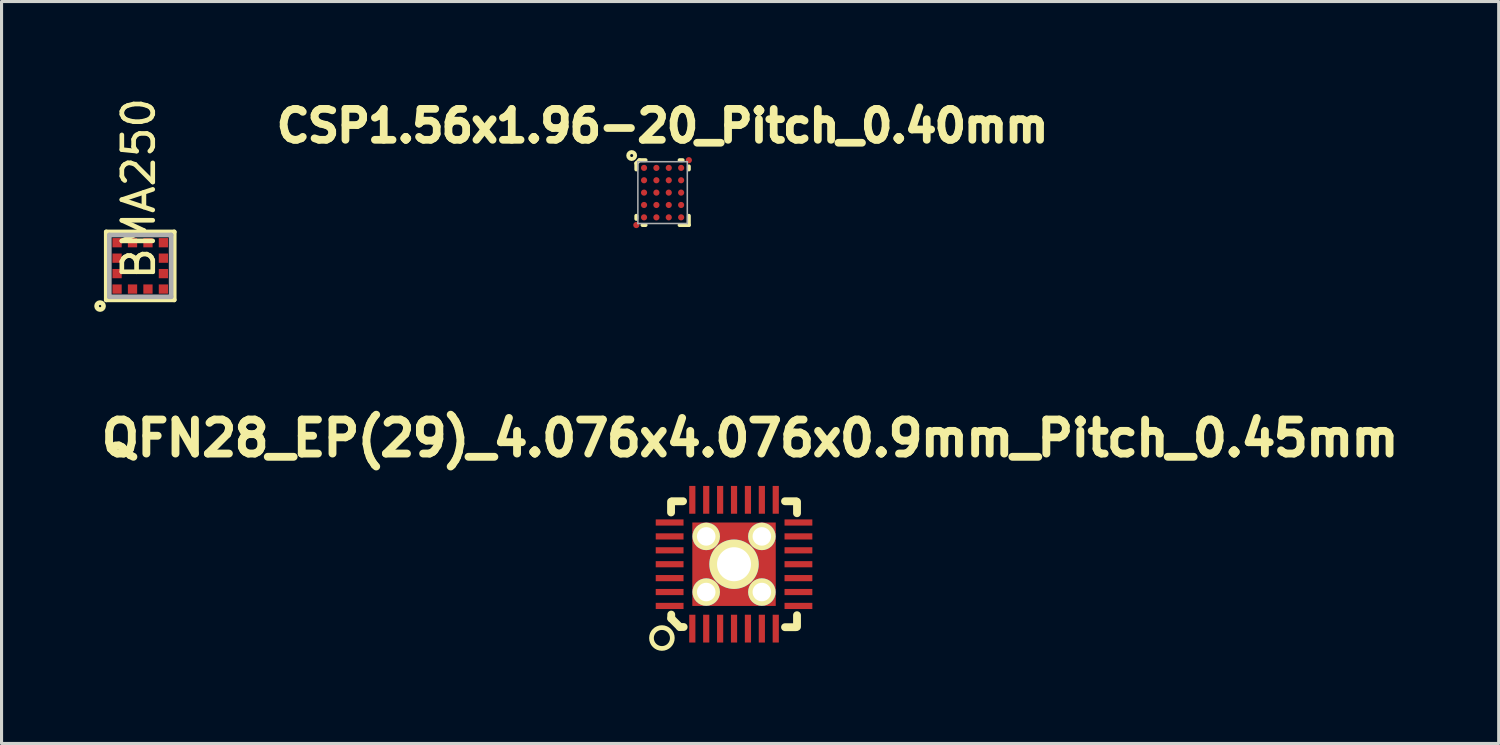
<source format=kicad_pcb>
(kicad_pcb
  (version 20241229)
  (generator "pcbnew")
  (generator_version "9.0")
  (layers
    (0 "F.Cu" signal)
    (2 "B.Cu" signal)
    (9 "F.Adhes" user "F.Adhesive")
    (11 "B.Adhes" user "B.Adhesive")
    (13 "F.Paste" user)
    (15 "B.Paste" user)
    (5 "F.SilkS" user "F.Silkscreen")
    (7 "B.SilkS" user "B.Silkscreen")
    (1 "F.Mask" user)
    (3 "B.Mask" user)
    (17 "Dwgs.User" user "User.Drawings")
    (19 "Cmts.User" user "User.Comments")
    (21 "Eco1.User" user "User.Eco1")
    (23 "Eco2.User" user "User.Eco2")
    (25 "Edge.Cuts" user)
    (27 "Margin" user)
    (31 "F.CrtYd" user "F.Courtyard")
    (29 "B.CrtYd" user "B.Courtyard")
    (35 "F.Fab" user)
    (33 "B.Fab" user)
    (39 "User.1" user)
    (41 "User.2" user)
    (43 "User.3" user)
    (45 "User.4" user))
  (footprint "CSP1.56x1.96-20_Pitch_0.40mm"
    (layer "F.Cu")
    (at 18.391 3.183)
    (property "Reference" "CSP1.56x1.96-20_Pitch_0.40mm" (at 0 -2.159 0) (layer "F.SilkS") (effects (font (size 1 1) (thickness 0.25))))
    (attr through_hole)
    (fp_line (start -0.85 -0.75) (end -0.85 -0.95) (stroke (width 0.127) (type solid)) (layer "F.SilkS"))
    (fp_line (start -0.85 0.75) (end -0.85 0.85) (stroke (width 0.127) (type solid)) (layer "F.SilkS"))
    (fp_line (start -0.75 -1.05) (end -0.85 -0.95) (stroke (width 0.127) (type solid)) (layer "F.SilkS"))
    (fp_line (start -0.75 -1.05) (end -0.55 -1.05) (stroke (width 0.127) (type solid)) (layer "F.SilkS"))
    (fp_line (start -0.55 1.05) (end -0.65 1.05) (stroke (width 0.127) (type solid)) (layer "F.SilkS"))
    (fp_line (start 0.55 -1.05) (end 0.65 -1.05) (stroke (width 0.127) (type solid)) (layer "F.SilkS"))
    (fp_line (start 0.55 1.05) (end 0.85 1.05) (stroke (width 0.127) (type solid)) (layer "F.SilkS"))
    (fp_line (start 0.85 -0.75) (end 0.85 -0.85) (stroke (width 0.127) (type solid)) (layer "F.SilkS"))
    (fp_line (start 0.85 1.05) (end 0.85 0.75) (stroke (width 0.127) (type solid)) (layer "F.SilkS"))
    (fp_circle (center -1 -1.2) (end -1.1 -1.15) (stroke (width 0.127) (type solid)) (fill no) (layer "F.SilkS"))
    (fp_line (start -0.8 -1) (end 0.8 -1) (stroke (width 0.05) (type solid)) (layer "F.Fab"))
    (fp_line (start -0.8 1) (end -0.8 -1) (stroke (width 0.05) (type solid)) (layer "F.Fab"))
    (fp_line (start 0.8 -1) (end 0.8 1) (stroke (width 0.05) (type solid)) (layer "F.Fab"))
    (fp_line (start 0.8 1) (end -0.8 1) (stroke (width 0.05) (type solid)) (layer "F.Fab"))
    (pad "A1" smd circle (at -0.6 -0.8) (size 0.2 0.2) (layers "F.Cu" "F.Mask" "F.Paste"))
    (pad "A2" smd circle (at -0.2 -0.8) (size 0.2 0.2) (layers "F.Cu" "F.Mask" "F.Paste"))
    (pad "A3" smd circle (at 0.2 -0.8) (size 0.2 0.2) (layers "F.Cu" "F.Mask" "F.Paste"))
    (pad "A4" smd circle (at 0.6 -0.8) (size 0.2 0.2) (layers "F.Cu" "F.Mask" "F.Paste"))
    (pad "B1" smd circle (at -0.6 -0.4) (size 0.2 0.2) (layers "F.Cu" "F.Mask" "F.Paste"))
    (pad "B2" smd circle (at -0.2 -0.4) (size 0.2 0.2) (layers "F.Cu" "F.Mask" "F.Paste"))
    (pad "B3" smd circle (at 0.2 -0.4) (size 0.2 0.2) (layers "F.Cu" "F.Mask" "F.Paste"))
    (pad "B4" smd circle (at 0.6 -0.4) (size 0.2 0.2) (layers "F.Cu" "F.Mask" "F.Paste"))
    (pad "C1" smd circle (at -0.6 0) (size 0.2 0.2) (layers "F.Cu" "F.Mask" "F.Paste"))
    (pad "C2" smd circle (at -0.2 0) (size 0.2 0.2) (layers "F.Cu" "F.Mask" "F.Paste"))
    (pad "C3" smd circle (at 0.2 0) (size 0.2 0.2) (layers "F.Cu" "F.Mask" "F.Paste"))
    (pad "C4" smd circle (at 0.6 0) (size 0.2 0.2) (layers "F.Cu" "F.Mask" "F.Paste"))
    (pad "D1" smd circle (at -0.6 0.4) (size 0.2 0.2) (layers "F.Cu" "F.Mask" "F.Paste"))
    (pad "D2" smd circle (at -0.2 0.4) (size 0.2 0.2) (layers "F.Cu" "F.Mask" "F.Paste"))
    (pad "D3" smd circle (at 0.2 0.4) (size 0.2 0.2) (layers "F.Cu" "F.Mask" "F.Paste"))
    (pad "D4" smd circle (at 0.6 0.4) (size 0.2 0.2) (layers "F.Cu" "F.Mask" "F.Paste"))
    (pad "E1" smd circle (at -0.6 0.8) (size 0.2 0.2) (layers "F.Cu" "F.Mask" "F.Paste"))
    (pad "E2" smd circle (at -0.2 0.8) (size 0.2 0.2) (layers "F.Cu" "F.Mask" "F.Paste"))
    (pad "E3" smd circle (at 0.2 0.8) (size 0.2 0.2) (layers "F.Cu" "F.Mask" "F.Paste"))
    (pad "E4" smd circle (at 0.6 0.8) (size 0.2 0.2) (layers "F.Cu" "F.Mask" "F.Paste"))
    (pad "Fid1" smd circle (at 0.85 -1.05) (size 0.2 0.2) (layers "F.Cu" "F.Mask"))
    (pad "Fid2" smd circle (at -0.85 1.05) (size 0.2 0.2) (layers "F.Cu" "F.Mask")))
  (footprint "QFN28_EP(29)_4.076x4.076x0.9mm_Pitch_0.45mm"
    (layer "F.Cu")
    (at 20.703 15.208)
    (property "Reference" "QFN28_EP(29)_4.076x4.076x0.9mm_Pitch_0.45mm" (at 0.521 -4.077 0) (layer "F.SilkS") (effects (font (size 1.1 1.1) (thickness 0.254))))
    (attr smd)
    (fp_line (start -2.038 -1.675) (end -2.038 -2.025) (stroke (width 0.254) (type solid)) (layer "F.SilkS"))
    (fp_line (start -2.032 1.753) (end -2.032 1.63) (stroke (width 0.254) (type solid)) (layer "F.SilkS"))
    (fp_line (start -1.753 2.032) (end -2.032 1.753) (stroke (width 0.254) (type solid)) (layer "F.SilkS"))
    (fp_line (start -1.753 2.032) (end -1.63 2.032) (stroke (width 0.254) (type solid)) (layer "F.SilkS"))
    (fp_line (start -1.65 -2.038) (end -2 -2.038) (stroke (width 0.254) (type solid)) (layer "F.SilkS"))
    (fp_line (start 1.65 -2.038) (end 2 -2.038) (stroke (width 0.254) (type solid)) (layer "F.SilkS"))
    (fp_line (start 1.65 2.038) (end 2 2.038) (stroke (width 0.254) (type solid)) (layer "F.SilkS"))
    (fp_line (start 2.038 -1.65) (end 2.038 -2.025) (stroke (width 0.254) (type solid)) (layer "F.SilkS"))
    (fp_line (start 2.038 2.025) (end 2.038 1.65) (stroke (width 0.254) (type solid)) (layer "F.SilkS"))
    (fp_circle (center -2.334 2.388) (end -2.573 2.626) (stroke (width 0.152) (type solid)) (fill no) (layer "F.SilkS"))
    (pad "" smd rect (at -0.991 0) (size 0.66 1.02) (layers "F.Paste"))
    (pad "" smd rect (at 0 -0.991) (size 1.02 0.66) (layers "F.Paste"))
    (pad "" smd rect (at 0 0.991) (size 1.02 0.66) (layers "F.Paste"))
    (pad "" smd rect (at 0.991 0) (size 0.66 1.02) (layers "F.Paste"))
    (pad "1" smd rect (at -1.35 2.084 90) (size 0.9 0.2) (layers "F.Cu" "F.Mask" "F.Paste"))
    (pad "2" smd rect (at -0.9 2.084 90) (size 0.9 0.2) (layers "F.Cu" "F.Mask" "F.Paste"))
    (pad "3" smd rect (at -0.45 2.084 90) (size 0.9 0.2) (layers "F.Cu" "F.Mask" "F.Paste"))
    (pad "4" smd rect (at 0 2.084 90) (size 0.9 0.2) (layers "F.Cu" "F.Mask" "F.Paste"))
    (pad "5" smd rect (at 0.45 2.084 90) (size 0.9 0.2) (layers "F.Cu" "F.Mask" "F.Paste"))
    (pad "6" smd rect (at 0.9 2.084 90) (size 0.9 0.2) (layers "F.Cu" "F.Mask" "F.Paste"))
    (pad "7" smd rect (at 1.35 2.084 90) (size 0.9 0.2) (layers "F.Cu" "F.Mask" "F.Paste"))
    (pad "8" smd rect (at 2.084 1.35 180) (size 0.9 0.2) (layers "F.Cu" "F.Mask" "F.Paste"))
    (pad "9" smd rect (at 2.084 0.9 180) (size 0.9 0.2) (layers "F.Cu" "F.Mask" "F.Paste"))
    (pad "10" smd rect (at 2.084 0.45 180) (size 0.9 0.2) (layers "F.Cu" "F.Mask" "F.Paste"))
    (pad "11" smd rect (at 2.084 0 180) (size 0.9 0.2) (layers "F.Cu" "F.Mask" "F.Paste"))
    (pad "12" smd rect (at 2.084 -0.45 180) (size 0.9 0.2) (layers "F.Cu" "F.Mask" "F.Paste"))
    (pad "13" smd rect (at 2.084 -0.9 180) (size 0.9 0.2) (layers "F.Cu" "F.Mask" "F.Paste"))
    (pad "14" smd rect (at 2.084 -1.35 180) (size 0.9 0.2) (layers "F.Cu" "F.Mask" "F.Paste"))
    (pad "15" smd rect (at 1.35 -2.084 270) (size 0.9 0.2) (layers "F.Cu" "F.Mask" "F.Paste"))
    (pad "16" smd rect (at 0.9 -2.084 270) (size 0.9 0.2) (layers "F.Cu" "F.Mask" "F.Paste"))
    (pad "17" smd rect (at 0.45 -2.084 270) (size 0.9 0.2) (layers "F.Cu" "F.Mask" "F.Paste"))
    (pad "18" smd rect (at 0 -2.084 270) (size 0.9 0.2) (layers "F.Cu" "F.Mask" "F.Paste"))
    (pad "19" smd rect (at -0.45 -2.084 270) (size 0.9 0.2) (layers "F.Cu" "F.Mask" "F.Paste"))
    (pad "20" smd rect (at -0.9 -2.084 270) (size 0.9 0.2) (layers "F.Cu" "F.Mask" "F.Paste"))
    (pad "21" smd rect (at -1.35 -2.084 270) (size 0.9 0.2) (layers "F.Cu" "F.Mask" "F.Paste"))
    (pad "22" smd rect (at -2.084 -1.35) (size 0.9 0.2) (layers "F.Cu" "F.Mask" "F.Paste"))
    (pad "23" smd rect (at -2.084 -0.9) (size 0.9 0.2) (layers "F.Cu" "F.Mask" "F.Paste"))
    (pad "24" smd rect (at -2.084 -0.45) (size 0.9 0.2) (layers "F.Cu" "F.Mask" "F.Paste"))
    (pad "25" smd rect (at -2.084 0) (size 0.9 0.2) (layers "F.Cu" "F.Mask" "F.Paste"))
    (pad "26" smd rect (at -2.084 0.45) (size 0.9 0.2) (layers "F.Cu" "F.Mask" "F.Paste"))
    (pad "27" smd rect (at -2.084 0.9) (size 0.9 0.2) (layers "F.Cu" "F.Mask" "F.Paste"))
    (pad "28" smd rect (at -2.084 1.35) (size 0.9 0.2) (layers "F.Cu" "F.Mask" "F.Paste"))
    (pad "29" thru_hole circle (at -0.9 -0.9) (size 0.89 0.89) (drill 0.6) (layers "*.Cu" "F.Mask" "F.SilkS"))
    (pad "29" thru_hole circle (at -0.9 0.9) (size 0.89 0.89) (drill 0.6) (layers "*.Cu" "F.Mask" "F.SilkS"))
    (pad "29" thru_hole circle (at 0 0) (size 1.6 1.6) (drill 1.1) (layers "*.Cu" "F.Mask" "F.SilkS"))
    (pad "29" smd rect (at 0 0 90) (size 2.7 2.7) (layers "F.Cu" "F.Mask"))
    (pad "29" thru_hole circle (at 0.9 -0.9) (size 0.89 0.89) (drill 0.6) (layers "*.Cu" "F.Mask" "F.SilkS"))
    (pad "29" thru_hole circle (at 0.9 0.9) (size 0.89 0.89) (drill 0.6) (layers "*.Cu" "F.Mask" "F.SilkS")))
  (footprint "BMA250"
    (layer "F.Cu")
    (at 1.488 5.554)
    (property "Reference" "BMA250" (at -0.05 -2.5 90) (layer "F.SilkS") (effects (font (size 1 1) (thickness 0.15))))
    (attr smd)
    (fp_line (start -1.1 -1.1) (end 1.1 -1.1) (stroke (width 0.15) (type solid)) (layer "F.SilkS"))
    (fp_line (start -1.1 1.1) (end -1.1 -1.1) (stroke (width 0.15) (type solid)) (layer "F.SilkS"))
    (fp_line (start 1.1 -1.1) (end 1.1 1.1) (stroke (width 0.15) (type solid)) (layer "F.SilkS"))
    (fp_line (start 1.1 1.1) (end -1.1 1.1) (stroke (width 0.15) (type solid)) (layer "F.SilkS"))
    (fp_circle (center -1.3 1.3) (end -1.38 1.38) (stroke (width 0.15) (type solid)) (fill no) (layer "F.SilkS"))
    (fp_line (start -1 -1) (end 1 -1) (stroke (width 0.15) (type solid)) (layer "F.Fab"))
    (fp_line (start -1 1) (end -1 -1) (stroke (width 0.15) (type solid)) (layer "F.Fab"))
    (fp_line (start 1 -1) (end 1 1) (stroke (width 0.15) (type solid)) (layer "F.Fab"))
    (fp_line (start 1 1) (end -1 1) (stroke (width 0.15) (type solid)) (layer "F.Fab"))
    (pad "1" smd rect (at -0.75 0.75) (size 0.3 0.3) (layers "F.Cu" "F.Mask" "F.Paste"))
    (pad "2" smd rect (at -0.25 0.75) (size 0.3 0.3) (layers "F.Cu" "F.Mask" "F.Paste"))
    (pad "3" smd rect (at 0.25 0.75) (size 0.3 0.3) (layers "F.Cu" "F.Mask" "F.Paste"))
    (pad "4" smd rect (at 0.75 0.75) (size 0.3 0.3) (layers "F.Cu" "F.Mask" "F.Paste"))
    (pad "5" smd rect (at 0.75 0.25) (size 0.3 0.3) (layers "F.Cu" "F.Mask" "F.Paste"))
    (pad "6" smd rect (at 0.75 -0.25) (size 0.3 0.3) (layers "F.Cu" "F.Mask" "F.Paste"))
    (pad "7" smd rect (at 0.75 -0.75) (size 0.3 0.3) (layers "F.Cu" "F.Mask" "F.Paste"))
    (pad "8" smd rect (at 0.25 -0.75) (size 0.3 0.3) (layers "F.Cu" "F.Mask" "F.Paste"))
    (pad "9" smd rect (at -0.25 -0.75) (size 0.3 0.3) (layers "F.Cu" "F.Mask" "F.Paste"))
    (pad "10" smd rect (at -0.75 -0.75) (size 0.3 0.3) (layers "F.Cu" "F.Mask" "F.Paste"))
    (pad "11" smd rect (at -0.75 -0.25) (size 0.3 0.3) (layers "F.Cu" "F.Mask" "F.Paste"))
    (pad "12" smd rect (at -0.75 0.25) (size 0.3 0.3) (layers "F.Cu" "F.Mask" "F.Paste")))
  (gr_rect
    (start -3 -3)
    (end 45.447 21.009)
    (stroke (width 0.1) (type default))
    (fill no)
    (layer "Edge.Cuts")))
</source>
